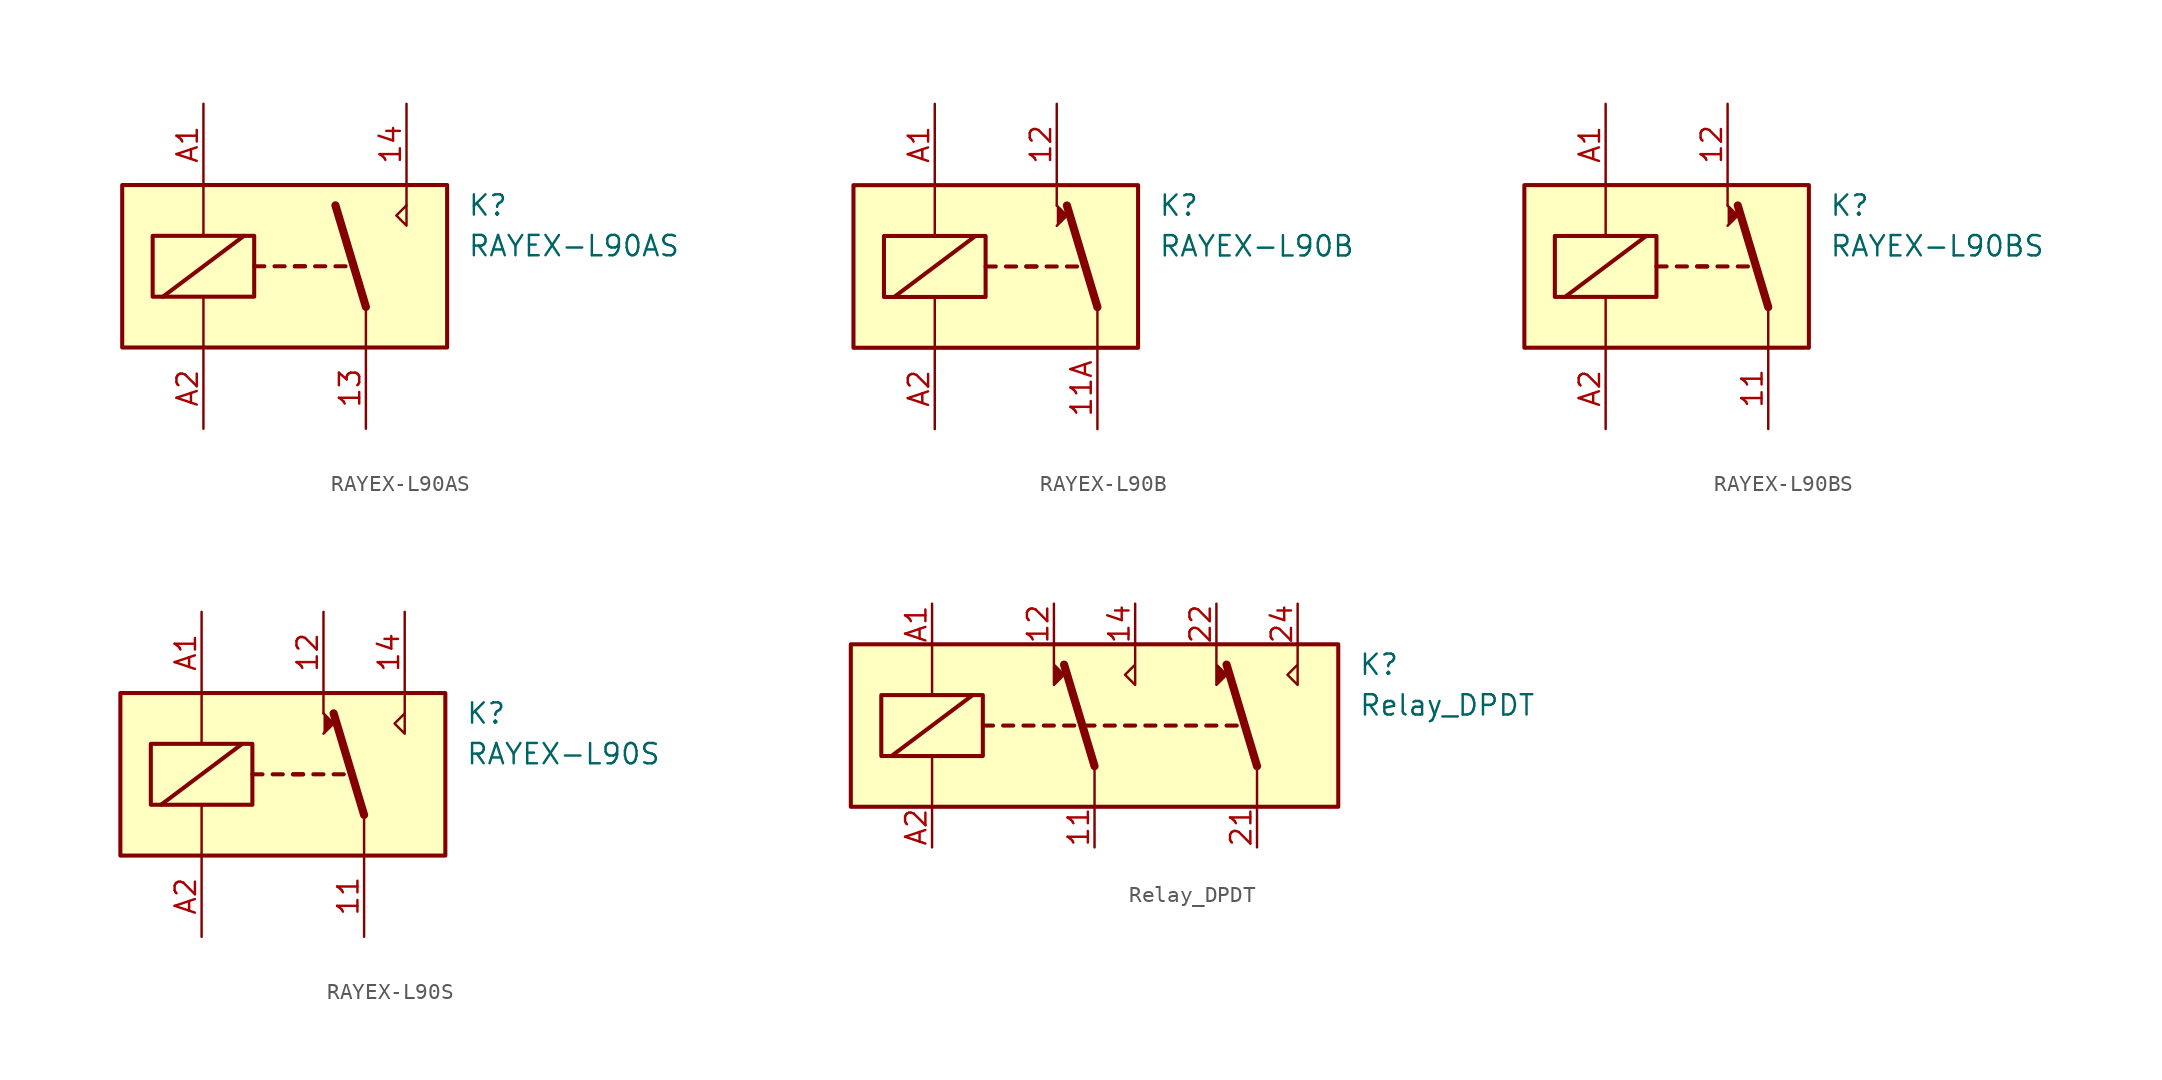
<source format=kicad_sym>
(kicad_symbol_lib
  (version 20241209)
  (generator "kicad_symbol_editor")
  (generator_version "9.0")
  (symbol "RAYEX-L90AS"
    (property "Reference" "K"
      (at 11.43 3.81 0)
      (effects (font (size 1.27 1.27)) (justify left)))
    (property "Value" "RAYEX-L90AS"
      (at 11.43 1.27 0)
      (effects (font (size 1.27 1.27)) (justify left)))
    (symbol "RAYEX-L90AS_1_0"
      (polyline (pts (xy 7.62 3.81) (xy 7.62 5.08)) (stroke (width 0) (type default)) (fill (type none)))
      (polyline (pts (xy 7.62 3.81) (xy 7.62 2.54) (xy 6.985 3.175) (xy 7.62 3.81)) (stroke (width 0) (type default)) (fill (type none))))
    (symbol "RAYEX-L90AS_1_1"
      (rectangle (start -10.16 5.08) (end 10.16 -5.08) (stroke (width 0.254) (type default)) (fill (type background)))
      (rectangle (start -8.255 1.905) (end -1.905 -1.905) (stroke (width 0.254) (type default)) (fill (type none)))
      (polyline (pts (xy -7.62 -1.905) (xy -2.54 1.905)) (stroke (width 0.254) (type default)) (fill (type none)))
      (polyline (pts (xy -5.08 5.08) (xy -5.08 1.905)) (stroke (width 0) (type default)) (fill (type none)))
      (polyline (pts (xy -5.08 -5.08) (xy -5.08 -1.905)) (stroke (width 0) (type default)) (fill (type none)))
      (polyline (pts (xy -1.905 0) (xy -1.27 0)) (stroke (width 0.254) (type default)) (fill (type none)))
      (polyline (pts (xy -0.635 0) (xy 0 0)) (stroke (width 0.254) (type default)) (fill (type none)))
      (polyline (pts (xy 0.635 0) (xy 1.27 0)) (stroke (width 0.254) (type default)) (fill (type none)))
      (polyline (pts (xy 0.635 0) (xy 1.27 0)) (stroke (width 0.254) (type default)) (fill (type none)))
      (polyline (pts (xy 1.905 0) (xy 2.54 0)) (stroke (width 0.254) (type default)) (fill (type none)))
      (polyline (pts (xy 3.175 0) (xy 3.81 0)) (stroke (width 0.254) (type default)) (fill (type none)))
      (polyline (pts (xy 5.08 -2.54) (xy 3.175 3.81)) (stroke (width 0.508) (type default)) (fill (type none)))
      (polyline (pts (xy 5.08 -2.54) (xy 5.08 -5.08)) (stroke (width 0) (type default)) (fill (type none)))
      (pin passive line (at -5.08 10.16 270) (length 5.08) (name "~" (effects (font (size 1.27 1.27)))) (number "A1" (effects (font (size 1.27 1.27)))))
      (pin passive line (at -5.08 -10.16 90) (length 5.08) (name "~" (effects (font (size 1.27 1.27)))) (number "A2" (effects (font (size 1.27 1.27)))))
      (pin passive line (at 5.08 -10.16 90) (length 5.08) (name "~" (effects (font (size 1.27 1.27)))) (number "13" (effects (font (size 1.27 1.27)))))
      (pin passive line (at 7.62 10.16 270) (length 5.08) (name "~" (effects (font (size 1.27 1.27)))) (number "14" (effects (font (size 1.27 1.27)))))))
  (symbol "RAYEX-L90B"
    (property "Reference" "K"
      (at 8.89 3.81 0)
      (effects (font (size 1.27 1.27)) (justify left)))
    (property "Value" "RAYEX-L90B"
      (at 8.89 1.27 0)
      (effects (font (size 1.27 1.27)) (justify left)))
    (symbol "RAYEX-L90B_1_0"
      (polyline (pts (xy 2.54 3.81) (xy 2.54 5.08)) (stroke (width 0) (type default)) (fill (type none))))
    (symbol "RAYEX-L90B_1_1"
      (rectangle (start -10.16 5.08) (end 7.62 -5.08) (stroke (width 0.254) (type default)) (fill (type background)))
      (rectangle (start -8.255 1.905) (end -1.905 -1.905) (stroke (width 0.254) (type default)) (fill (type none)))
      (polyline (pts (xy -7.62 -1.905) (xy -2.54 1.905)) (stroke (width 0.254) (type default)) (fill (type none)))
      (polyline (pts (xy -5.08 5.08) (xy -5.08 1.905)) (stroke (width 0) (type default)) (fill (type none)))
      (polyline (pts (xy -5.08 -5.08) (xy -5.08 -1.905)) (stroke (width 0) (type default)) (fill (type none)))
      (polyline (pts (xy -1.905 0) (xy -1.27 0)) (stroke (width 0.254) (type default)) (fill (type none)))
      (polyline (pts (xy -0.635 0) (xy 0 0)) (stroke (width 0.254) (type default)) (fill (type none)))
      (polyline (pts (xy 0.635 0) (xy 1.27 0)) (stroke (width 0.254) (type default)) (fill (type none)))
      (polyline (pts (xy 0.635 0) (xy 1.27 0)) (stroke (width 0.254) (type default)) (fill (type none)))
      (polyline (pts (xy 1.905 0) (xy 2.54 0)) (stroke (width 0.254) (type default)) (fill (type none)))
      (polyline (pts (xy 2.54 2.54) (xy 3.175 3.175) (xy 2.54 3.81)) (stroke (width 0) (type default)) (fill (type outline)))
      (polyline (pts (xy 3.175 0) (xy 3.81 0)) (stroke (width 0.254) (type default)) (fill (type none)))
      (polyline (pts (xy 5.08 -2.54) (xy 3.175 3.81)) (stroke (width 0.508) (type default)) (fill (type none)))
      (polyline (pts (xy 5.08 -2.54) (xy 5.08 -5.08)) (stroke (width 0) (type default)) (fill (type none)))
      (pin passive line (at -5.08 10.16 270) (length 5.08) (name "~" (effects (font (size 1.27 1.27)))) (number "A1" (effects (font (size 1.27 1.27)))))
      (pin passive line (at -5.08 -10.16 90) (length 5.08) (name "~" (effects (font (size 1.27 1.27)))) (number "A2" (effects (font (size 1.27 1.27)))))
      (pin passive line (at 2.54 10.16 270) (length 5.08) (name "~" (effects (font (size 1.27 1.27)))) (number "12" (effects (font (size 1.27 1.27)))))
      (pin passive line (at 5.08 -10.16 90) (length 5.08) (name "~" (effects (font (size 1.27 1.27)))) (number "11A" (effects (font (size 1.27 1.27)))))
      (pin passive line (at 5.08 -10.16 90) (length 5.08) (hide yes) (name "~" (effects (font (size 1.27 1.27)))) (number "11B" (effects (font (size 1.27 1.27)))))))
  (symbol "RAYEX-L90BS"
    (property "Reference" "K"
      (at 8.89 3.81 0)
      (effects (font (size 1.27 1.27)) (justify left)))
    (property "Value" "RAYEX-L90BS"
      (at 8.89 1.27 0)
      (effects (font (size 1.27 1.27)) (justify left)))
    (symbol "RAYEX-L90BS_1_0"
      (polyline (pts (xy 2.54 3.81) (xy 2.54 5.08)) (stroke (width 0) (type default)) (fill (type none))))
    (symbol "RAYEX-L90BS_1_1"
      (rectangle (start -10.16 5.08) (end 7.62 -5.08) (stroke (width 0.254) (type default)) (fill (type background)))
      (rectangle (start -8.255 1.905) (end -1.905 -1.905) (stroke (width 0.254) (type default)) (fill (type none)))
      (polyline (pts (xy -7.62 -1.905) (xy -2.54 1.905)) (stroke (width 0.254) (type default)) (fill (type none)))
      (polyline (pts (xy -5.08 5.08) (xy -5.08 1.905)) (stroke (width 0) (type default)) (fill (type none)))
      (polyline (pts (xy -5.08 -5.08) (xy -5.08 -1.905)) (stroke (width 0) (type default)) (fill (type none)))
      (polyline (pts (xy -1.905 0) (xy -1.27 0)) (stroke (width 0.254) (type default)) (fill (type none)))
      (polyline (pts (xy -0.635 0) (xy 0 0)) (stroke (width 0.254) (type default)) (fill (type none)))
      (polyline (pts (xy 0.635 0) (xy 1.27 0)) (stroke (width 0.254) (type default)) (fill (type none)))
      (polyline (pts (xy 0.635 0) (xy 1.27 0)) (stroke (width 0.254) (type default)) (fill (type none)))
      (polyline (pts (xy 1.905 0) (xy 2.54 0)) (stroke (width 0.254) (type default)) (fill (type none)))
      (polyline (pts (xy 2.54 2.54) (xy 3.175 3.175) (xy 2.54 3.81)) (stroke (width 0) (type default)) (fill (type outline)))
      (polyline (pts (xy 3.175 0) (xy 3.81 0)) (stroke (width 0.254) (type default)) (fill (type none)))
      (polyline (pts (xy 5.08 -2.54) (xy 3.175 3.81)) (stroke (width 0.508) (type default)) (fill (type none)))
      (polyline (pts (xy 5.08 -2.54) (xy 5.08 -5.08)) (stroke (width 0) (type default)) (fill (type none)))
      (pin passive line (at -5.08 10.16 270) (length 5.08) (name "~" (effects (font (size 1.27 1.27)))) (number "A1" (effects (font (size 1.27 1.27)))))
      (pin passive line (at -5.08 -10.16 90) (length 5.08) (name "~" (effects (font (size 1.27 1.27)))) (number "A2" (effects (font (size 1.27 1.27)))))
      (pin passive line (at 2.54 10.16 270) (length 5.08) (name "~" (effects (font (size 1.27 1.27)))) (number "12" (effects (font (size 1.27 1.27)))))
      (pin passive line (at 5.08 -10.16 90) (length 5.08) (name "~" (effects (font (size 1.27 1.27)))) (number "11" (effects (font (size 1.27 1.27)))))))
  (symbol "RAYEX-L90S"
    (property "Reference" "K"
      (at 11.43 3.81 0)
      (effects (font (size 1.27 1.27)) (justify left)))
    (property "Value" "RAYEX-L90S"
      (at 11.43 1.27 0)
      (effects (font (size 1.27 1.27)) (justify left)))
    (symbol "RAYEX-L90S_1_0"
      (polyline (pts (xy 2.54 3.81) (xy 2.54 5.08)) (stroke (width 0) (type default)) (fill (type none)))
      (polyline (pts (xy 7.62 3.81) (xy 7.62 5.08)) (stroke (width 0) (type default)) (fill (type none)))
      (polyline (pts (xy 7.62 3.81) (xy 7.62 2.54) (xy 6.985 3.175) (xy 7.62 3.81)) (stroke (width 0) (type default)) (fill (type none))))
    (symbol "RAYEX-L90S_1_1"
      (rectangle (start -10.16 5.08) (end 10.16 -5.08) (stroke (width 0.254) (type default)) (fill (type background)))
      (rectangle (start -8.255 1.905) (end -1.905 -1.905) (stroke (width 0.254) (type default)) (fill (type none)))
      (polyline (pts (xy -7.62 -1.905) (xy -2.54 1.905)) (stroke (width 0.254) (type default)) (fill (type none)))
      (polyline (pts (xy -5.08 5.08) (xy -5.08 1.905)) (stroke (width 0) (type default)) (fill (type none)))
      (polyline (pts (xy -5.08 -5.08) (xy -5.08 -1.905)) (stroke (width 0) (type default)) (fill (type none)))
      (polyline (pts (xy -1.905 0) (xy -1.27 0)) (stroke (width 0.254) (type default)) (fill (type none)))
      (polyline (pts (xy -0.635 0) (xy 0 0)) (stroke (width 0.254) (type default)) (fill (type none)))
      (polyline (pts (xy 0.635 0) (xy 1.27 0)) (stroke (width 0.254) (type default)) (fill (type none)))
      (polyline (pts (xy 0.635 0) (xy 1.27 0)) (stroke (width 0.254) (type default)) (fill (type none)))
      (polyline (pts (xy 1.905 0) (xy 2.54 0)) (stroke (width 0.254) (type default)) (fill (type none)))
      (polyline (pts (xy 2.54 2.54) (xy 3.175 3.175) (xy 2.54 3.81)) (stroke (width 0) (type default)) (fill (type outline)))
      (polyline (pts (xy 3.175 0) (xy 3.81 0)) (stroke (width 0.254) (type default)) (fill (type none)))
      (polyline (pts (xy 5.08 -2.54) (xy 3.175 3.81)) (stroke (width 0.508) (type default)) (fill (type none)))
      (polyline (pts (xy 5.08 -2.54) (xy 5.08 -5.08)) (stroke (width 0) (type default)) (fill (type none)))
      (pin passive line (at -5.08 10.16 270) (length 5.08) (name "~" (effects (font (size 1.27 1.27)))) (number "A1" (effects (font (size 1.27 1.27)))))
      (pin passive line (at -5.08 -10.16 90) (length 5.08) (name "~" (effects (font (size 1.27 1.27)))) (number "A2" (effects (font (size 1.27 1.27)))))
      (pin passive line (at 2.54 10.16 270) (length 5.08) (name "~" (effects (font (size 1.27 1.27)))) (number "12" (effects (font (size 1.27 1.27)))))
      (pin passive line (at 5.08 -10.16 90) (length 5.08) (name "~" (effects (font (size 1.27 1.27)))) (number "11" (effects (font (size 1.27 1.27)))))
      (pin passive line (at 7.62 10.16 270) (length 5.08) (name "~" (effects (font (size 1.27 1.27)))) (number "14" (effects (font (size 1.27 1.27)))))))
  (symbol "Relay_DPDT"
    (property "Reference" "K"
      (at 16.51 3.81 0)
      (effects (font (size 1.27 1.27)) (justify left)))
    (property "Value" "Relay_DPDT"
      (at 16.51 1.27 0)
      (effects (font (size 1.27 1.27)) (justify left)))
    (symbol "Relay_DPDT_0_1"
      (rectangle (start -15.24 5.08) (end 15.24 -5.08) (stroke (width 0.254) (type default)) (fill (type background)))
      (rectangle (start -13.335 1.905) (end -6.985 -1.905) (stroke (width 0.254) (type default)) (fill (type none)))
      (polyline (pts (xy -12.7 -1.905) (xy -7.62 1.905)) (stroke (width 0.254) (type default)) (fill (type none)))
      (polyline (pts (xy -10.16 5.08) (xy -10.16 1.905)) (stroke (width 0) (type default)) (fill (type none)))
      (polyline (pts (xy -10.16 -5.08) (xy -10.16 -1.905)) (stroke (width 0) (type default)) (fill (type none)))
      (polyline (pts (xy -6.985 0) (xy -6.35 0)) (stroke (width 0.254) (type default)) (fill (type none)))
      (polyline (pts (xy -5.715 0) (xy -5.08 0)) (stroke (width 0.254) (type default)) (fill (type none)))
      (polyline (pts (xy -4.445 0) (xy -3.81 0)) (stroke (width 0.254) (type default)) (fill (type none)))
      (polyline (pts (xy -3.175 0) (xy -2.54 0)) (stroke (width 0.254) (type default)) (fill (type none)))
      (polyline (pts (xy -2.54 5.08) (xy -2.54 2.54) (xy -1.905 3.175) (xy -2.54 3.81)) (stroke (width 0) (type default)) (fill (type outline)))
      (polyline (pts (xy -1.905 0) (xy -1.27 0)) (stroke (width 0.254) (type default)) (fill (type none)))
      (polyline (pts (xy -0.635 0) (xy 0 0)) (stroke (width 0.254) (type default)) (fill (type none)))
      (polyline (pts (xy 0 -2.54) (xy -1.905 3.81)) (stroke (width 0.508) (type default)) (fill (type none)))
      (polyline (pts (xy 0 -2.54) (xy 0 -5.08)) (stroke (width 0) (type default)) (fill (type none)))
      (polyline (pts (xy 0.635 0) (xy 1.27 0)) (stroke (width 0.254) (type default)) (fill (type none)))
      (polyline (pts (xy 1.905 0) (xy 2.54 0)) (stroke (width 0.254) (type default)) (fill (type none)))
      (polyline (pts (xy 2.54 5.08) (xy 2.54 2.54) (xy 1.905 3.175) (xy 2.54 3.81)) (stroke (width 0) (type default)) (fill (type none)))
      (polyline (pts (xy 3.175 0) (xy 3.81 0)) (stroke (width 0.254) (type default)) (fill (type none)))
      (polyline (pts (xy 4.445 0) (xy 5.08 0)) (stroke (width 0.254) (type default)) (fill (type none)))
      (polyline (pts (xy 5.715 0) (xy 6.35 0)) (stroke (width 0.254) (type default)) (fill (type none)))
      (polyline (pts (xy 6.985 0) (xy 7.62 0)) (stroke (width 0.254) (type default)) (fill (type none)))
      (polyline (pts (xy 7.62 5.08) (xy 7.62 2.54) (xy 8.255 3.175) (xy 7.62 3.81)) (stroke (width 0) (type default)) (fill (type outline)))
      (polyline (pts (xy 8.255 0) (xy 8.89 0)) (stroke (width 0.254) (type default)) (fill (type none)))
      (polyline (pts (xy 10.16 -2.54) (xy 8.255 3.81)) (stroke (width 0.508) (type default)) (fill (type none)))
      (polyline (pts (xy 10.16 -2.54) (xy 10.16 -5.08)) (stroke (width 0) (type default)) (fill (type none)))
      (polyline (pts (xy 12.7 5.08) (xy 12.7 2.54) (xy 12.065 3.175) (xy 12.7 3.81)) (stroke (width 0) (type default)) (fill (type none))))
    (symbol "Relay_DPDT_1_1"
      (pin passive line (at -10.16 7.62 270) (length 2.54) (name "~" (effects (font (size 1.27 1.27)))) (number "A1" (effects (font (size 1.27 1.27)))))
      (pin passive line (at -10.16 -7.62 90) (length 2.54) (name "~" (effects (font (size 1.27 1.27)))) (number "A2" (effects (font (size 1.27 1.27)))))
      (pin passive line (at -2.54 7.62 270) (length 2.54) (name "~" (effects (font (size 1.27 1.27)))) (number "12" (effects (font (size 1.27 1.27)))))
      (pin passive line (at 0 -7.62 90) (length 2.54) (name "~" (effects (font (size 1.27 1.27)))) (number "11" (effects (font (size 1.27 1.27)))))
      (pin passive line (at 2.54 7.62 270) (length 2.54) (name "~" (effects (font (size 1.27 1.27)))) (number "14" (effects (font (size 1.27 1.27)))))
      (pin passive line (at 7.62 7.62 270) (length 2.54) (name "~" (effects (font (size 1.27 1.27)))) (number "22" (effects (font (size 1.27 1.27)))))
      (pin passive line (at 10.16 -7.62 90) (length 2.54) (name "~" (effects (font (size 1.27 1.27)))) (number "21" (effects (font (size 1.27 1.27)))))
      (pin passive line (at 12.7 7.62 270) (length 2.54) (name "~" (effects (font (size 1.27 1.27)))) (number "24" (effects (font (size 1.27 1.27))))))))
</source>
